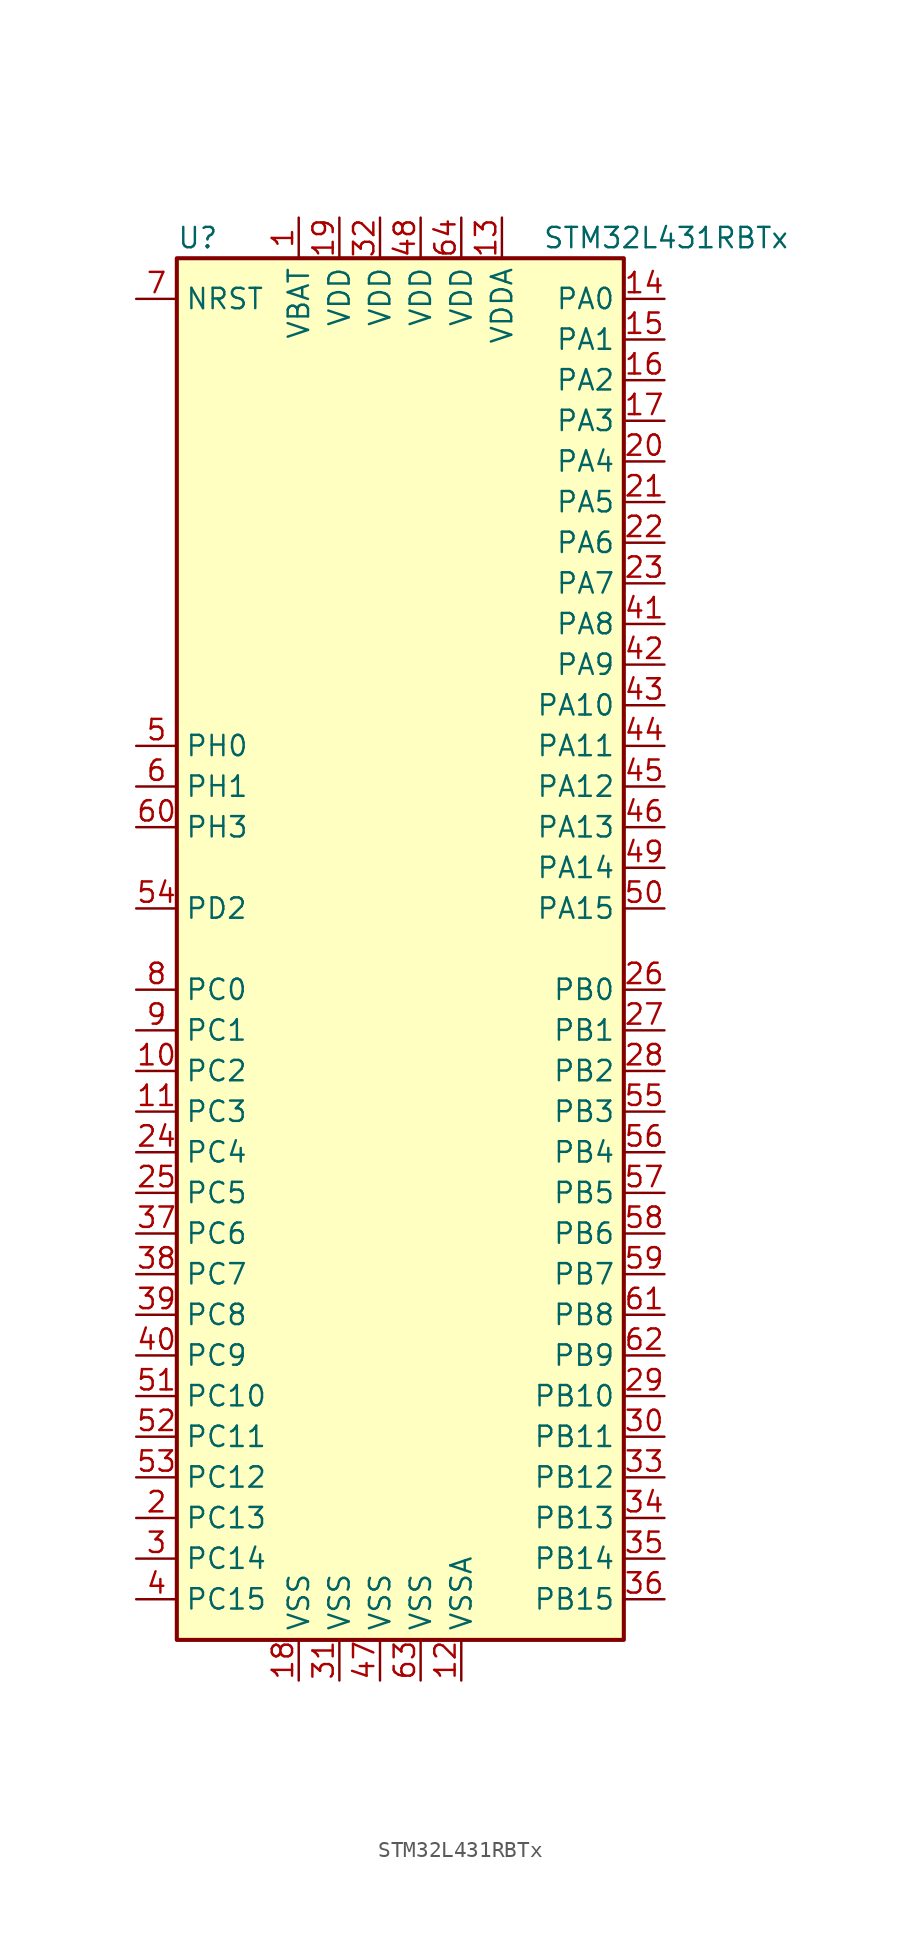
<source format=kicad_sym>
(kicad_symbol_lib
  (version 20211014)
  (generator kicad_symbol_editor)
  (symbol "STM32L431RBTx"
    (property "Reference" "U"
      (at -15.24 44.45 0)
      (effects (font (size 1.27 1.27)) (justify left)))
    (property "Value" "STM32L431RBTx"
      (at 7.62 44.45 0)
      (effects (font (size 1.27 1.27)) (justify left)))
    (symbol "STM32L431RBTx_0_1"
      (rectangle (start -15.24 -43.18) (end 12.7 43.18) (stroke (width 0.254) (type default) (color 0 0 0 0)) (fill (type background))))
    (symbol "STM32L431RBTx_1_1"
      (pin power_in line (at -7.62 45.72 270) (length 2.54) (name "VBAT" (effects (font (size 1.27 1.27)))) (number "1" (effects (font (size 1.27 1.27)))))
      (pin bidirectional line (at -17.78 -7.62 0) (length 2.54) (name "PC2" (effects (font (size 1.27 1.27)))) (number "10" (effects (font (size 1.27 1.27)))))
      (pin bidirectional line (at -17.78 -10.16 0) (length 2.54) (name "PC3" (effects (font (size 1.27 1.27)))) (number "11" (effects (font (size 1.27 1.27)))))
      (pin power_in line (at 2.54 -45.72 90) (length 2.54) (name "VSSA" (effects (font (size 1.27 1.27)))) (number "12" (effects (font (size 1.27 1.27)))))
      (pin power_in line (at 5.08 45.72 270) (length 2.54) (name "VDDA" (effects (font (size 1.27 1.27)))) (number "13" (effects (font (size 1.27 1.27)))))
      (pin bidirectional line (at 15.24 40.64 180) (length 2.54) (name "PA0" (effects (font (size 1.27 1.27)))) (number "14" (effects (font (size 1.27 1.27)))))
      (pin bidirectional line (at 15.24 38.1 180) (length 2.54) (name "PA1" (effects (font (size 1.27 1.27)))) (number "15" (effects (font (size 1.27 1.27)))))
      (pin bidirectional line (at 15.24 35.56 180) (length 2.54) (name "PA2" (effects (font (size 1.27 1.27)))) (number "16" (effects (font (size 1.27 1.27)))))
      (pin bidirectional line (at 15.24 33.02 180) (length 2.54) (name "PA3" (effects (font (size 1.27 1.27)))) (number "17" (effects (font (size 1.27 1.27)))))
      (pin power_in line (at -7.62 -45.72 90) (length 2.54) (name "VSS" (effects (font (size 1.27 1.27)))) (number "18" (effects (font (size 1.27 1.27)))))
      (pin power_in line (at -5.08 45.72 270) (length 2.54) (name "VDD" (effects (font (size 1.27 1.27)))) (number "19" (effects (font (size 1.27 1.27)))))
      (pin bidirectional line (at -17.78 -35.56 0) (length 2.54) (name "PC13" (effects (font (size 1.27 1.27)))) (number "2" (effects (font (size 1.27 1.27)))))
      (pin bidirectional line (at 15.24 30.48 180) (length 2.54) (name "PA4" (effects (font (size 1.27 1.27)))) (number "20" (effects (font (size 1.27 1.27)))))
      (pin bidirectional line (at 15.24 27.94 180) (length 2.54) (name "PA5" (effects (font (size 1.27 1.27)))) (number "21" (effects (font (size 1.27 1.27)))))
      (pin bidirectional line (at 15.24 25.4 180) (length 2.54) (name "PA6" (effects (font (size 1.27 1.27)))) (number "22" (effects (font (size 1.27 1.27)))))
      (pin bidirectional line (at 15.24 22.86 180) (length 2.54) (name "PA7" (effects (font (size 1.27 1.27)))) (number "23" (effects (font (size 1.27 1.27)))))
      (pin bidirectional line (at -17.78 -12.7 0) (length 2.54) (name "PC4" (effects (font (size 1.27 1.27)))) (number "24" (effects (font (size 1.27 1.27)))))
      (pin bidirectional line (at -17.78 -15.24 0) (length 2.54) (name "PC5" (effects (font (size 1.27 1.27)))) (number "25" (effects (font (size 1.27 1.27)))))
      (pin bidirectional line (at 15.24 -2.54 180) (length 2.54) (name "PB0" (effects (font (size 1.27 1.27)))) (number "26" (effects (font (size 1.27 1.27)))))
      (pin bidirectional line (at 15.24 -5.08 180) (length 2.54) (name "PB1" (effects (font (size 1.27 1.27)))) (number "27" (effects (font (size 1.27 1.27)))))
      (pin bidirectional line (at 15.24 -7.62 180) (length 2.54) (name "PB2" (effects (font (size 1.27 1.27)))) (number "28" (effects (font (size 1.27 1.27)))))
      (pin bidirectional line (at 15.24 -27.94 180) (length 2.54) (name "PB10" (effects (font (size 1.27 1.27)))) (number "29" (effects (font (size 1.27 1.27)))))
      (pin bidirectional line (at -17.78 -38.1 0) (length 2.54) (name "PC14" (effects (font (size 1.27 1.27)))) (number "3" (effects (font (size 1.27 1.27)))))
      (pin bidirectional line (at 15.24 -30.48 180) (length 2.54) (name "PB11" (effects (font (size 1.27 1.27)))) (number "30" (effects (font (size 1.27 1.27)))))
      (pin power_in line (at -5.08 -45.72 90) (length 2.54) (name "VSS" (effects (font (size 1.27 1.27)))) (number "31" (effects (font (size 1.27 1.27)))))
      (pin power_in line (at -2.54 45.72 270) (length 2.54) (name "VDD" (effects (font (size 1.27 1.27)))) (number "32" (effects (font (size 1.27 1.27)))))
      (pin bidirectional line (at 15.24 -33.02 180) (length 2.54) (name "PB12" (effects (font (size 1.27 1.27)))) (number "33" (effects (font (size 1.27 1.27)))))
      (pin bidirectional line (at 15.24 -35.56 180) (length 2.54) (name "PB13" (effects (font (size 1.27 1.27)))) (number "34" (effects (font (size 1.27 1.27)))))
      (pin bidirectional line (at 15.24 -38.1 180) (length 2.54) (name "PB14" (effects (font (size 1.27 1.27)))) (number "35" (effects (font (size 1.27 1.27)))))
      (pin bidirectional line (at 15.24 -40.64 180) (length 2.54) (name "PB15" (effects (font (size 1.27 1.27)))) (number "36" (effects (font (size 1.27 1.27)))))
      (pin bidirectional line (at -17.78 -17.78 0) (length 2.54) (name "PC6" (effects (font (size 1.27 1.27)))) (number "37" (effects (font (size 1.27 1.27)))))
      (pin bidirectional line (at -17.78 -20.32 0) (length 2.54) (name "PC7" (effects (font (size 1.27 1.27)))) (number "38" (effects (font (size 1.27 1.27)))))
      (pin bidirectional line (at -17.78 -22.86 0) (length 2.54) (name "PC8" (effects (font (size 1.27 1.27)))) (number "39" (effects (font (size 1.27 1.27)))))
      (pin bidirectional line (at -17.78 -40.64 0) (length 2.54) (name "PC15" (effects (font (size 1.27 1.27)))) (number "4" (effects (font (size 1.27 1.27)))))
      (pin bidirectional line (at -17.78 -25.4 0) (length 2.54) (name "PC9" (effects (font (size 1.27 1.27)))) (number "40" (effects (font (size 1.27 1.27)))))
      (pin bidirectional line (at 15.24 20.32 180) (length 2.54) (name "PA8" (effects (font (size 1.27 1.27)))) (number "41" (effects (font (size 1.27 1.27)))))
      (pin bidirectional line (at 15.24 17.78 180) (length 2.54) (name "PA9" (effects (font (size 1.27 1.27)))) (number "42" (effects (font (size 1.27 1.27)))))
      (pin bidirectional line (at 15.24 15.24 180) (length 2.54) (name "PA10" (effects (font (size 1.27 1.27)))) (number "43" (effects (font (size 1.27 1.27)))))
      (pin bidirectional line (at 15.24 12.7 180) (length 2.54) (name "PA11" (effects (font (size 1.27 1.27)))) (number "44" (effects (font (size 1.27 1.27)))))
      (pin bidirectional line (at 15.24 10.16 180) (length 2.54) (name "PA12" (effects (font (size 1.27 1.27)))) (number "45" (effects (font (size 1.27 1.27)))))
      (pin bidirectional line (at 15.24 7.62 180) (length 2.54) (name "PA13" (effects (font (size 1.27 1.27)))) (number "46" (effects (font (size 1.27 1.27)))))
      (pin power_in line (at -2.54 -45.72 90) (length 2.54) (name "VSS" (effects (font (size 1.27 1.27)))) (number "47" (effects (font (size 1.27 1.27)))))
      (pin power_in line (at 0 45.72 270) (length 2.54) (name "VDD" (effects (font (size 1.27 1.27)))) (number "48" (effects (font (size 1.27 1.27)))))
      (pin bidirectional line (at 15.24 5.08 180) (length 2.54) (name "PA14" (effects (font (size 1.27 1.27)))) (number "49" (effects (font (size 1.27 1.27)))))
      (pin input line (at -17.78 12.7 0) (length 2.54) (name "PH0" (effects (font (size 1.27 1.27)))) (number "5" (effects (font (size 1.27 1.27)))))
      (pin bidirectional line (at 15.24 2.54 180) (length 2.54) (name "PA15" (effects (font (size 1.27 1.27)))) (number "50" (effects (font (size 1.27 1.27)))))
      (pin bidirectional line (at -17.78 -27.94 0) (length 2.54) (name "PC10" (effects (font (size 1.27 1.27)))) (number "51" (effects (font (size 1.27 1.27)))))
      (pin bidirectional line (at -17.78 -30.48 0) (length 2.54) (name "PC11" (effects (font (size 1.27 1.27)))) (number "52" (effects (font (size 1.27 1.27)))))
      (pin bidirectional line (at -17.78 -33.02 0) (length 2.54) (name "PC12" (effects (font (size 1.27 1.27)))) (number "53" (effects (font (size 1.27 1.27)))))
      (pin bidirectional line (at -17.78 2.54 0) (length 2.54) (name "PD2" (effects (font (size 1.27 1.27)))) (number "54" (effects (font (size 1.27 1.27)))))
      (pin bidirectional line (at 15.24 -10.16 180) (length 2.54) (name "PB3" (effects (font (size 1.27 1.27)))) (number "55" (effects (font (size 1.27 1.27)))))
      (pin bidirectional line (at 15.24 -12.7 180) (length 2.54) (name "PB4" (effects (font (size 1.27 1.27)))) (number "56" (effects (font (size 1.27 1.27)))))
      (pin bidirectional line (at 15.24 -15.24 180) (length 2.54) (name "PB5" (effects (font (size 1.27 1.27)))) (number "57" (effects (font (size 1.27 1.27)))))
      (pin bidirectional line (at 15.24 -17.78 180) (length 2.54) (name "PB6" (effects (font (size 1.27 1.27)))) (number "58" (effects (font (size 1.27 1.27)))))
      (pin bidirectional line (at 15.24 -20.32 180) (length 2.54) (name "PB7" (effects (font (size 1.27 1.27)))) (number "59" (effects (font (size 1.27 1.27)))))
      (pin input line (at -17.78 10.16 0) (length 2.54) (name "PH1" (effects (font (size 1.27 1.27)))) (number "6" (effects (font (size 1.27 1.27)))))
      (pin bidirectional line (at -17.78 7.62 0) (length 2.54) (name "PH3" (effects (font (size 1.27 1.27)))) (number "60" (effects (font (size 1.27 1.27)))))
      (pin bidirectional line (at 15.24 -22.86 180) (length 2.54) (name "PB8" (effects (font (size 1.27 1.27)))) (number "61" (effects (font (size 1.27 1.27)))))
      (pin bidirectional line (at 15.24 -25.4 180) (length 2.54) (name "PB9" (effects (font (size 1.27 1.27)))) (number "62" (effects (font (size 1.27 1.27)))))
      (pin power_in line (at 0 -45.72 90) (length 2.54) (name "VSS" (effects (font (size 1.27 1.27)))) (number "63" (effects (font (size 1.27 1.27)))))
      (pin power_in line (at 2.54 45.72 270) (length 2.54) (name "VDD" (effects (font (size 1.27 1.27)))) (number "64" (effects (font (size 1.27 1.27)))))
      (pin input line (at -17.78 40.64 0) (length 2.54) (name "NRST" (effects (font (size 1.27 1.27)))) (number "7" (effects (font (size 1.27 1.27)))))
      (pin bidirectional line (at -17.78 -2.54 0) (length 2.54) (name "PC0" (effects (font (size 1.27 1.27)))) (number "8" (effects (font (size 1.27 1.27)))))
      (pin bidirectional line (at -17.78 -5.08 0) (length 2.54) (name "PC1" (effects (font (size 1.27 1.27)))) (number "9" (effects (font (size 1.27 1.27))))))))
</source>
